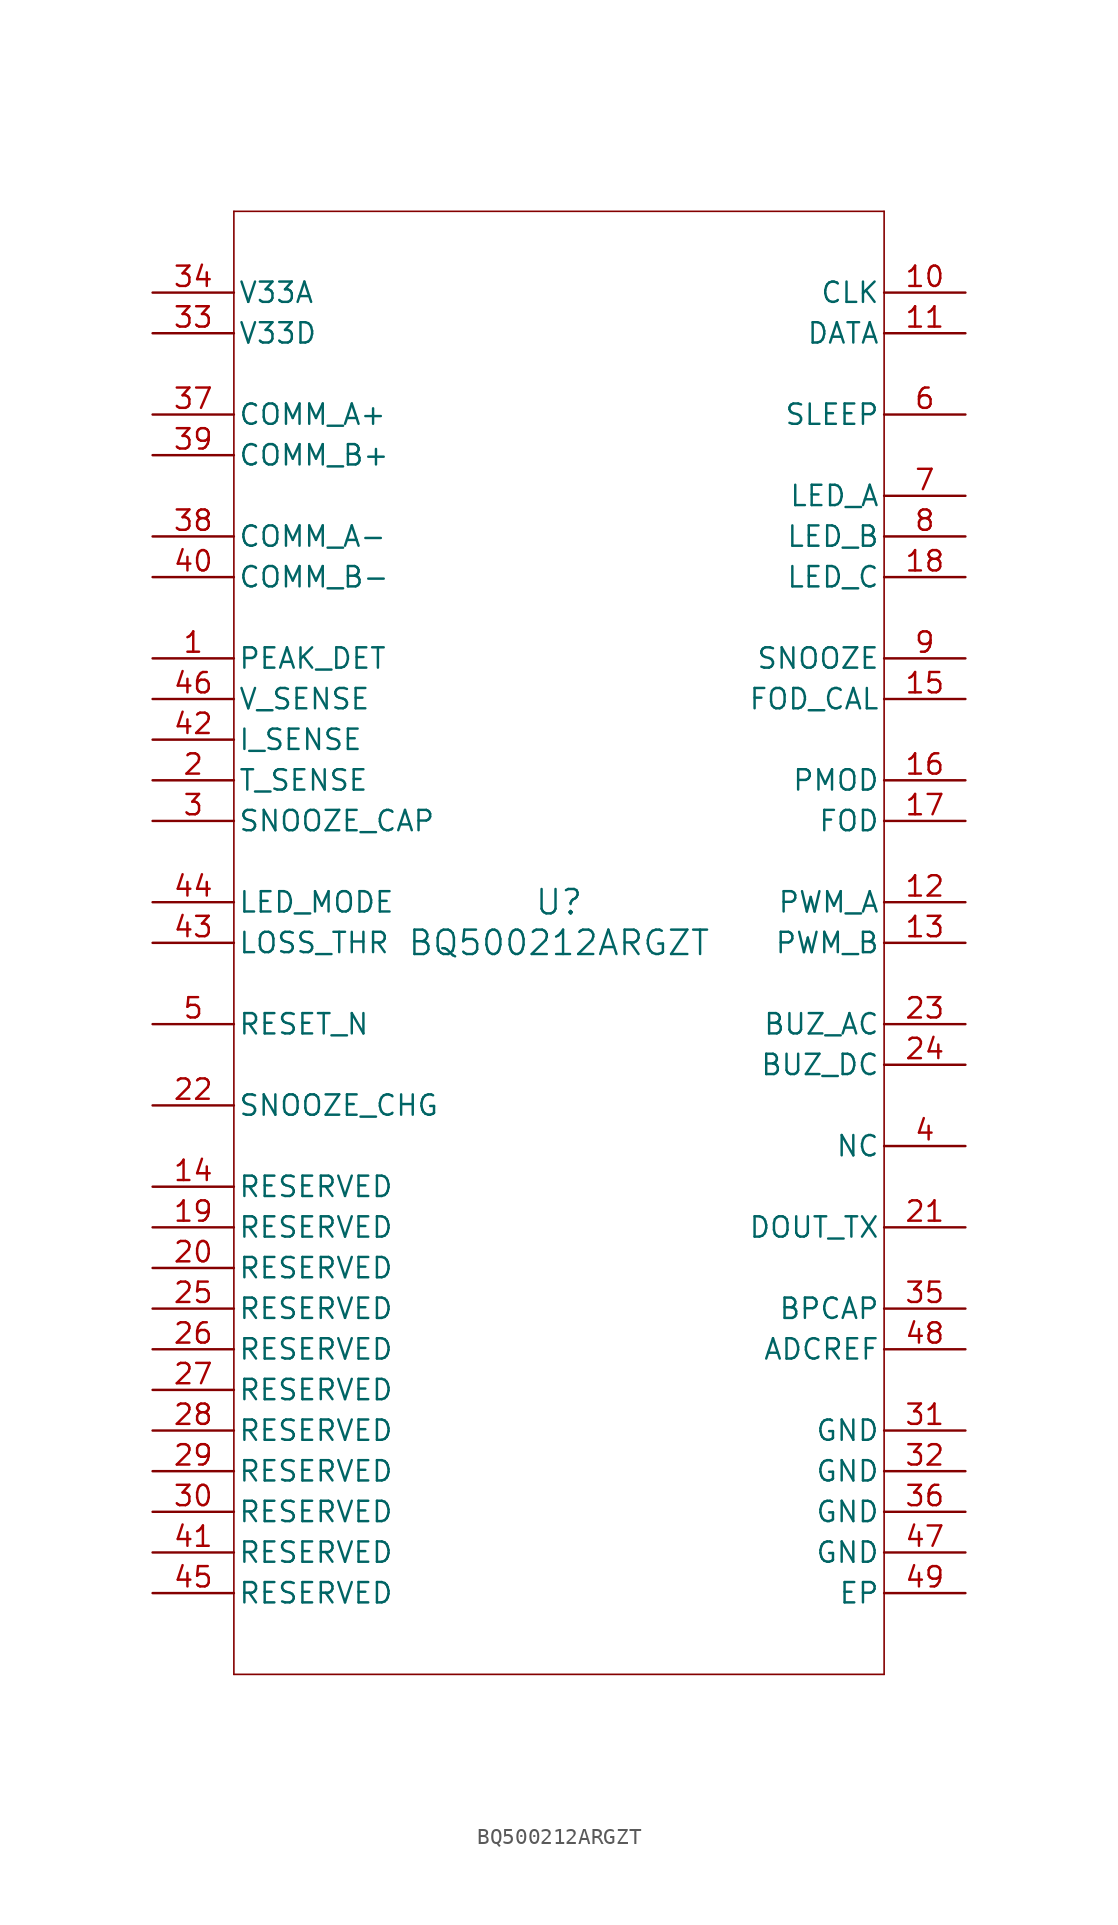
<source format=kicad_sym>
(kicad_symbol_lib
  (version 20211014)
  (generator kicad_symbol_editor)
  (symbol "BQ500212ARGZT"
    (pin_names
      (offset 0.254))
    (property "Reference" "U"
      (at 0 2.54 0)
      (effects (font (size 1.524 1.524))))
    (property "Value" "BQ500212ARGZT"
      (at 0 0 0)
      (effects (font (size 1.524 1.524))))
    (symbol "BQ500212ARGZT_0_1"
      (polyline (pts (xy -20.32 -45.72) (xy 20.32 -45.72)) (stroke (width 0.102) (type default) (color 0 0 0 0)) (fill (type none)))
      (polyline (pts (xy 20.32 -45.72) (xy 20.32 45.72)) (stroke (width 0.102) (type default) (color 0 0 0 0)) (fill (type none)))
      (polyline (pts (xy 20.32 45.72) (xy -20.32 45.72)) (stroke (width 0.102) (type default) (color 0 0 0 0)) (fill (type none)))
      (polyline (pts (xy -20.32 45.72) (xy -20.32 -45.72)) (stroke (width 0.102) (type default) (color 0 0 0 0)) (fill (type none)))
      (pin input line (at -25.4 17.78 0) (length 5.08) (name "PEAK_DET" (effects (font (size 1.27 1.27)))) (number "1" (effects (font (size 1.27 1.27)))))
      (pin input line (at -25.4 10.16 0) (length 5.08) (name "T_SENSE" (effects (font (size 1.27 1.27)))) (number "2" (effects (font (size 1.27 1.27)))))
      (pin input line (at -25.4 7.62 0) (length 5.08) (name "SNOOZE_CAP" (effects (font (size 1.27 1.27)))) (number "3" (effects (font (size 1.27 1.27)))))
      (pin input line (at -25.4 -5.08 0) (length 5.08) (name "RESET_N" (effects (font (size 1.27 1.27)))) (number "5" (effects (font (size 1.27 1.27)))))
      (pin input line (at 25.4 33.02 180) (length 5.08) (name "SLEEP" (effects (font (size 1.27 1.27)))) (number "6" (effects (font (size 1.27 1.27)))))
      (pin output line (at 25.4 27.94 180) (length 5.08) (name "LED_A" (effects (font (size 1.27 1.27)))) (number "7" (effects (font (size 1.27 1.27)))))
      (pin output line (at 25.4 25.4 180) (length 5.08) (name "LED_B" (effects (font (size 1.27 1.27)))) (number "8" (effects (font (size 1.27 1.27)))))
      (pin output line (at 25.4 17.78 180) (length 5.08) (name "SNOOZE" (effects (font (size 1.27 1.27)))) (number "9" (effects (font (size 1.27 1.27)))))
      (pin bidirectional line (at 25.4 40.64 180) (length 5.08) (name "CLK" (effects (font (size 1.27 1.27)))) (number "10" (effects (font (size 1.27 1.27)))))
      (pin bidirectional line (at 25.4 38.1 180) (length 5.08) (name "DATA" (effects (font (size 1.27 1.27)))) (number "11" (effects (font (size 1.27 1.27)))))
      (pin output line (at 25.4 2.54 180) (length 5.08) (name "PWM_A" (effects (font (size 1.27 1.27)))) (number "12" (effects (font (size 1.27 1.27)))))
      (pin output line (at 25.4 0 180) (length 5.08) (name "PWM_B" (effects (font (size 1.27 1.27)))) (number "13" (effects (font (size 1.27 1.27)))))
      (pin input line (at 25.4 15.24 180) (length 5.08) (name "FOD_CAL" (effects (font (size 1.27 1.27)))) (number "15" (effects (font (size 1.27 1.27)))))
      (pin input line (at 25.4 10.16 180) (length 5.08) (name "PMOD" (effects (font (size 1.27 1.27)))) (number "16" (effects (font (size 1.27 1.27)))))
      (pin input line (at 25.4 7.62 180) (length 5.08) (name "FOD" (effects (font (size 1.27 1.27)))) (number "17" (effects (font (size 1.27 1.27)))))
      (pin output line (at 25.4 22.86 180) (length 5.08) (name "LED_C" (effects (font (size 1.27 1.27)))) (number "18" (effects (font (size 1.27 1.27)))))
      (pin unspecified line (at -25.4 -20.32 0) (length 5.08) (name "RESERVED" (effects (font (size 1.27 1.27)))) (number "20" (effects (font (size 1.27 1.27)))))
      (pin unspecified line (at 25.4 -17.78 180) (length 5.08) (name "DOUT_TX" (effects (font (size 1.27 1.27)))) (number "21" (effects (font (size 1.27 1.27)))))
      (pin input line (at -25.4 -10.16 0) (length 5.08) (name "SNOOZE_CHG" (effects (font (size 1.27 1.27)))) (number "22" (effects (font (size 1.27 1.27)))))
      (pin output line (at 25.4 -5.08 180) (length 5.08) (name "BUZ_AC" (effects (font (size 1.27 1.27)))) (number "23" (effects (font (size 1.27 1.27)))))
      (pin output line (at 25.4 -7.62 180) (length 5.08) (name "BUZ_DC" (effects (font (size 1.27 1.27)))) (number "24" (effects (font (size 1.27 1.27)))))
      (pin power_in line (at 25.4 -30.48 180) (length 5.08) (name "GND" (effects (font (size 1.27 1.27)))) (number "31" (effects (font (size 1.27 1.27)))))
      (pin power_in line (at 25.4 -33.02 180) (length 5.08) (name "GND" (effects (font (size 1.27 1.27)))) (number "32" (effects (font (size 1.27 1.27)))))
      (pin power_in line (at -25.4 38.1 0) (length 5.08) (name "V33D" (effects (font (size 1.27 1.27)))) (number "33" (effects (font (size 1.27 1.27)))))
      (pin power_in line (at -25.4 40.64 0) (length 5.08) (name "V33A" (effects (font (size 1.27 1.27)))) (number "34" (effects (font (size 1.27 1.27)))))
      (pin unspecified line (at 25.4 -22.86 180) (length 5.08) (name "BPCAP" (effects (font (size 1.27 1.27)))) (number "35" (effects (font (size 1.27 1.27)))))
      (pin power_in line (at 25.4 -35.56 180) (length 5.08) (name "GND" (effects (font (size 1.27 1.27)))) (number "36" (effects (font (size 1.27 1.27)))))
      (pin input line (at -25.4 33.02 0) (length 5.08) (name "COMM_A+" (effects (font (size 1.27 1.27)))) (number "37" (effects (font (size 1.27 1.27)))))
      (pin input line (at -25.4 25.4 0) (length 5.08) (name "COMM_A-" (effects (font (size 1.27 1.27)))) (number "38" (effects (font (size 1.27 1.27)))))
      (pin input line (at -25.4 30.48 0) (length 5.08) (name "COMM_B+" (effects (font (size 1.27 1.27)))) (number "39" (effects (font (size 1.27 1.27)))))
      (pin input line (at -25.4 22.86 0) (length 5.08) (name "COMM_B-" (effects (font (size 1.27 1.27)))) (number "40" (effects (font (size 1.27 1.27)))))
      (pin input line (at -25.4 12.7 0) (length 5.08) (name "I_SENSE" (effects (font (size 1.27 1.27)))) (number "42" (effects (font (size 1.27 1.27)))))
      (pin input line (at -25.4 0 0) (length 5.08) (name "LOSS_THR" (effects (font (size 1.27 1.27)))) (number "43" (effects (font (size 1.27 1.27)))))
      (pin input line (at -25.4 2.54 0) (length 5.08) (name "LED_MODE" (effects (font (size 1.27 1.27)))) (number "44" (effects (font (size 1.27 1.27)))))
      (pin unspecified line (at -25.4 -40.64 0) (length 5.08) (name "RESERVED" (effects (font (size 1.27 1.27)))) (number "45" (effects (font (size 1.27 1.27)))))
      (pin input line (at -25.4 15.24 0) (length 5.08) (name "V_SENSE" (effects (font (size 1.27 1.27)))) (number "46" (effects (font (size 1.27 1.27)))))
      (pin power_in line (at 25.4 -38.1 180) (length 5.08) (name "GND" (effects (font (size 1.27 1.27)))) (number "47" (effects (font (size 1.27 1.27)))))
      (pin input line (at 25.4 -25.4 180) (length 5.08) (name "ADCREF" (effects (font (size 1.27 1.27)))) (number "48" (effects (font (size 1.27 1.27)))))
      (pin power_in line (at 25.4 -40.64 180) (length 5.08) (name "EP" (effects (font (size 1.27 1.27)))) (number "49" (effects (font (size 1.27 1.27)))))
      (pin unspecified line (at 25.4 -12.7 180) (length 5.08) (name "NC" (effects (font (size 1.27 1.27)))) (number "4" (effects (font (size 1.27 1.27)))))
      (pin unspecified line (at -25.4 -15.24 0) (length 5.08) (name "RESERVED" (effects (font (size 1.27 1.27)))) (number "14" (effects (font (size 1.27 1.27)))))
      (pin unspecified line (at -25.4 -17.78 0) (length 5.08) (name "RESERVED" (effects (font (size 1.27 1.27)))) (number "19" (effects (font (size 1.27 1.27)))))
      (pin unspecified line (at -25.4 -22.86 0) (length 5.08) (name "RESERVED" (effects (font (size 1.27 1.27)))) (number "25" (effects (font (size 1.27 1.27)))))
      (pin unspecified line (at -25.4 -25.4 0) (length 5.08) (name "RESERVED" (effects (font (size 1.27 1.27)))) (number "26" (effects (font (size 1.27 1.27)))))
      (pin unspecified line (at -25.4 -27.94 0) (length 5.08) (name "RESERVED" (effects (font (size 1.27 1.27)))) (number "27" (effects (font (size 1.27 1.27)))))
      (pin unspecified line (at -25.4 -30.48 0) (length 5.08) (name "RESERVED" (effects (font (size 1.27 1.27)))) (number "28" (effects (font (size 1.27 1.27)))))
      (pin unspecified line (at -25.4 -33.02 0) (length 5.08) (name "RESERVED" (effects (font (size 1.27 1.27)))) (number "29" (effects (font (size 1.27 1.27)))))
      (pin unspecified line (at -25.4 -35.56 0) (length 5.08) (name "RESERVED" (effects (font (size 1.27 1.27)))) (number "30" (effects (font (size 1.27 1.27)))))
      (pin unspecified line (at -25.4 -38.1 0) (length 5.08) (name "RESERVED" (effects (font (size 1.27 1.27)))) (number "41" (effects (font (size 1.27 1.27))))))))
</source>
